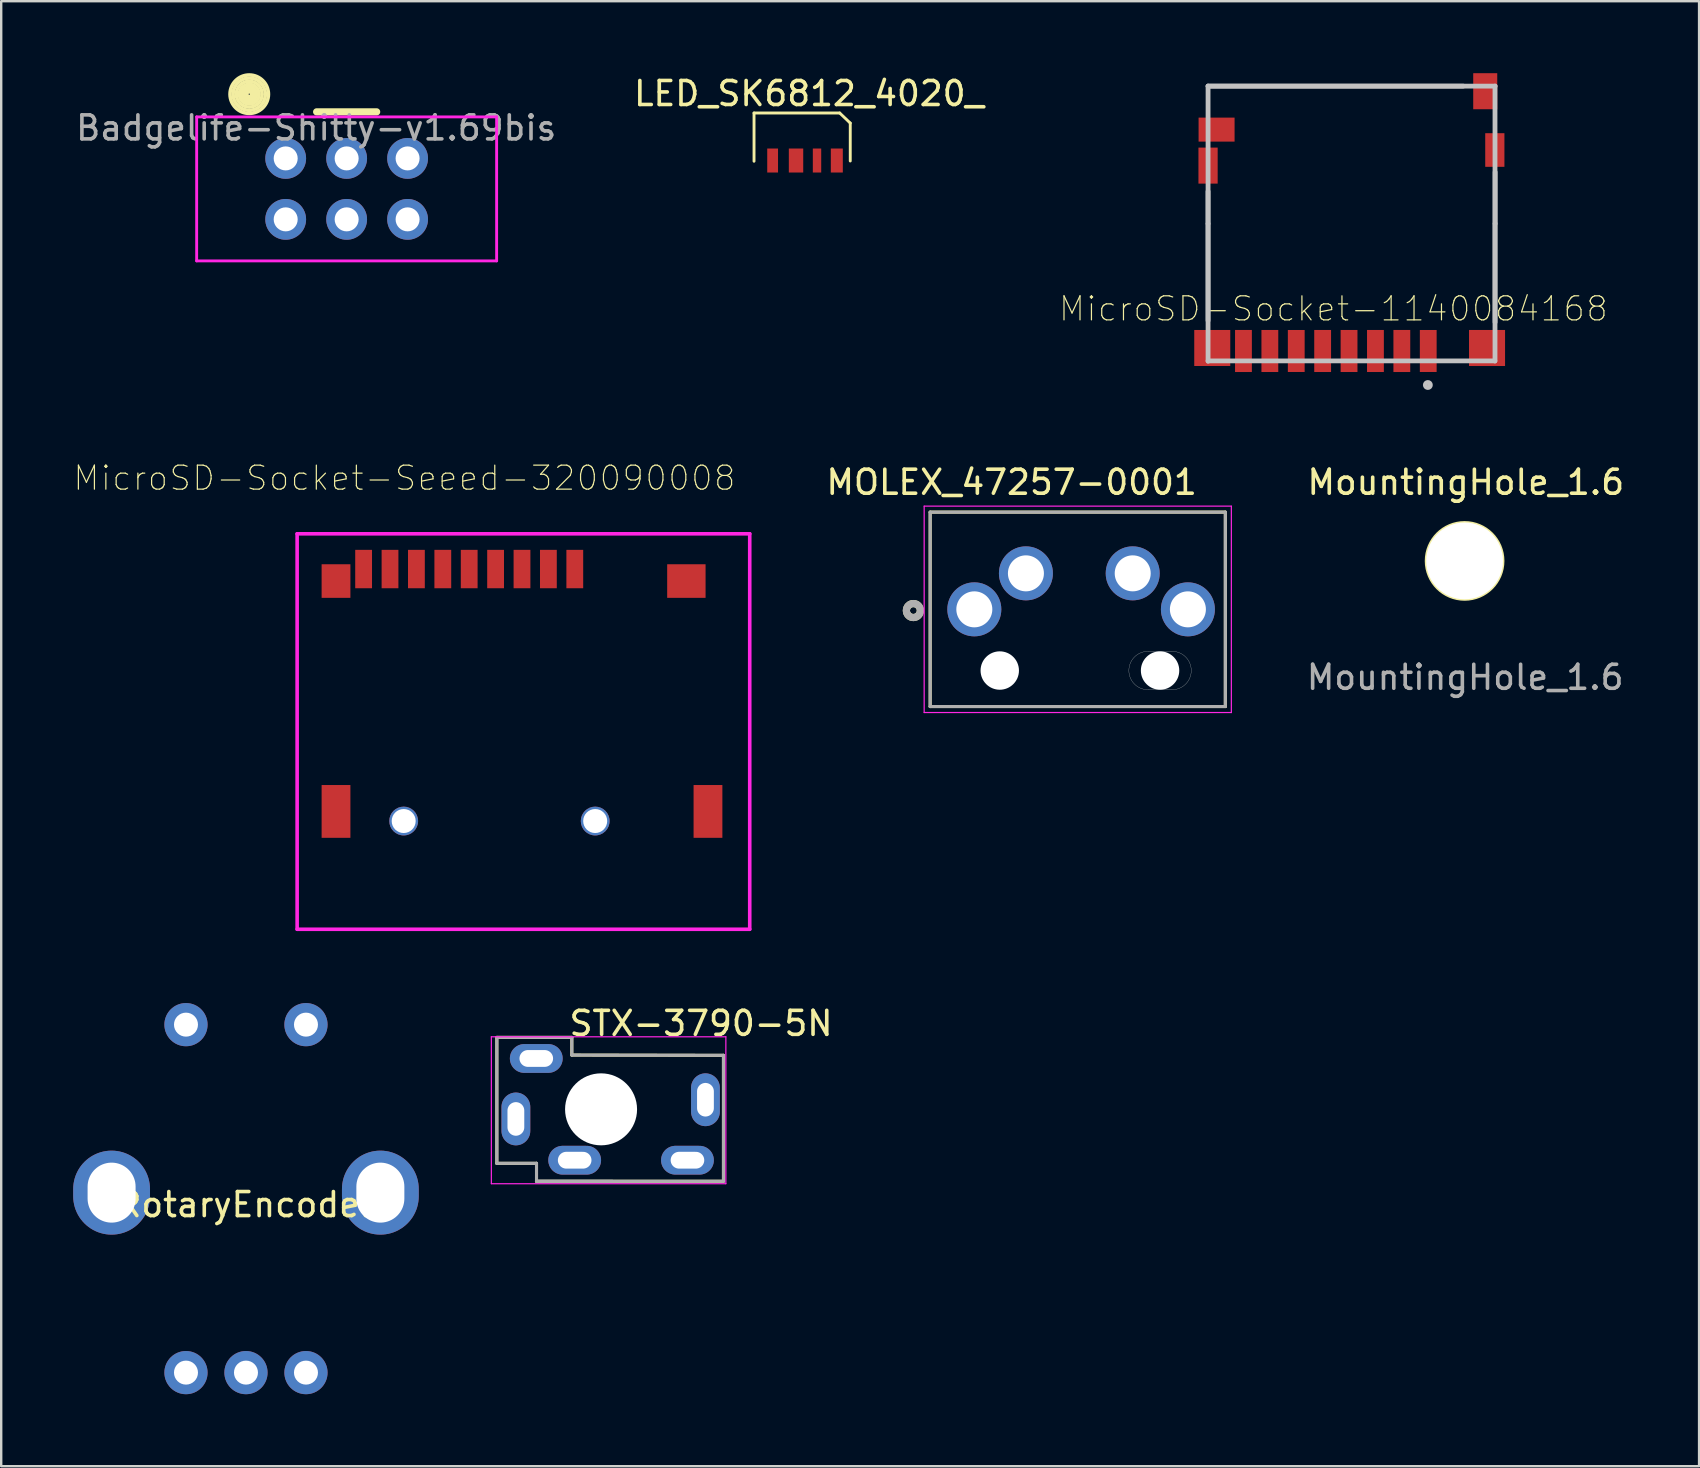
<source format=kicad_pcb>
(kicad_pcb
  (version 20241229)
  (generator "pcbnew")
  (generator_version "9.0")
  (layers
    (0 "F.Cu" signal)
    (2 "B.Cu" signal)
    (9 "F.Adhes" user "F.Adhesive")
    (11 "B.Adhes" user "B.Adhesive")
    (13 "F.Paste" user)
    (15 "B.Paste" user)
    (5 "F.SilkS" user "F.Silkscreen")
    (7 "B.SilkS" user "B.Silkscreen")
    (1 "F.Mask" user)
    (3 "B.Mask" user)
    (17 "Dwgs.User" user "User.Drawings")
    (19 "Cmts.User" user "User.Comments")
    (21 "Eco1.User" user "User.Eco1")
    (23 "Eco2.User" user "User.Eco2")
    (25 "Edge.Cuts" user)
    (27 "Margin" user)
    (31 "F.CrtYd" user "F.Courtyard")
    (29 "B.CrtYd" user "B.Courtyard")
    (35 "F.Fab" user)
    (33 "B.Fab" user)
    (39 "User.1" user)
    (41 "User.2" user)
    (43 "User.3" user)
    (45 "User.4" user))
  (footprint "MountingHole_1.6"
    (layer "F.Cu")
    (at 57.981 20.324)
    (property "Reference" "MountingHole_1.6" (at 0.051 -3.277 0) (unlocked yes) (layer "F.SilkS") (effects (font (size 1 1) (thickness 0.15))))
    (attr smd)
    (fp_circle (center 0 0) (end 1.6 0) (stroke (width 0.12) (type default)) (fill no) (layer "F.SilkS"))
    (fp_text user "${REFERENCE}" (at 0.025 4.851 0) (unlocked yes) (layer "F.Fab") (effects (font (size 1 1) (thickness 0.15))))
    (pad "" np_thru_hole circle (at 0 0) (size 3.2 3.2) (drill 3.2) (layers "*.Cu" "*.Mask")))
  (footprint "RotaryEncoder"
    (layer "F.Cu")
    (at 7.2 46.648)
    (property "Reference" "RotaryEncoder" (at 0 0.5 0) (layer "F.SilkS") (effects (font (size 1 1) (thickness 0.15))))
    (attr through_hole)
    (pad "1" thru_hole oval (at -5.6 0) (size 3.2 3.5) (drill oval 2 2.5) (layers "*.Cu" "*.Mask"))
    (pad "1" thru_hole oval (at 5.6 0) (size 3.2 3.5) (drill oval 2 2.5) (layers "*.Cu" "*.Mask"))
    (pad "A" thru_hole circle (at -2.5 7.5) (size 1.8 1.8) (drill 1) (layers "*.Cu" "*.Mask"))
    (pad "B" thru_hole circle (at 2.5 7.5) (size 1.8 1.8) (drill 1) (layers "*.Cu" "*.Mask"))
    (pad "C" thru_hole circle (at 0 7.5) (size 1.8 1.8) (drill 1) (layers "*.Cu" "*.Mask"))
    (pad "S1" thru_hole circle (at -2.5 -7) (size 1.8 1.8) (drill 1) (layers "*.Cu" "*.Mask"))
    (pad "S2" thru_hole circle (at 2.5 -7) (size 1.8 1.8) (drill 1) (layers "*.Cu" "*.Mask")))
  (footprint "MOLEX_47257-0001"
    (layer "F.Cu")
    (at 37.551 22.342)
    (property "Reference" "MOLEX_47257-0001" (at 1.555 -5.295 0) (layer "F.SilkS") (effects (font (size 1 1) (thickness 0.15))))
    (attr through_hole)
    (fp_line (start -1.84 -4.05) (end -1.84 4.05) (stroke (width 0.127) (type solid)) (layer "F.SilkS"))
    (fp_line (start -1.84 4.05) (end 10.46 4.05) (stroke (width 0.127) (type solid)) (layer "F.SilkS"))
    (fp_line (start 10.46 -4.05) (end -1.84 -4.05) (stroke (width 0.127) (type solid)) (layer "F.SilkS"))
    (fp_line (start 10.46 4.05) (end 10.46 -4.05) (stroke (width 0.127) (type solid)) (layer "F.SilkS"))
    (fp_circle (center -2.54 0.05) (end -2.399 0.05) (stroke (width 0.3) (type solid)) (fill no) (layer "F.SilkS"))
    (fp_circle (center 5.156 -0.864) (end 8.156 -0.864) (stroke (width 0.12) (type default)) (fill no) (layer "Eco1.User"))
    (fp_line (start 7.24 3.35) (end 8.24 3.35) (stroke (width 0.01) (type solid)) (layer "Edge.Cuts"))
    (fp_line (start 8.24 1.75) (end 7.24 1.75) (stroke (width 0.01) (type solid)) (layer "Edge.Cuts"))
    (fp_arc (start 7.24 3.35) (mid 6.44 2.55) (end 7.24 1.75) (stroke (width 0.01) (type solid)) (layer "Edge.Cuts"))
    (fp_arc (start 8.24 1.75) (mid 9.04 2.55) (end 8.24 3.35) (stroke (width 0.01) (type solid)) (layer "Edge.Cuts"))
    (fp_line (start -2.09 -4.3) (end 10.71 -4.3) (stroke (width 0.05) (type solid)) (layer "F.CrtYd"))
    (fp_line (start -2.09 4.3) (end -2.09 -4.3) (stroke (width 0.05) (type solid)) (layer "F.CrtYd"))
    (fp_line (start 10.71 -4.3) (end 10.71 4.3) (stroke (width 0.05) (type solid)) (layer "F.CrtYd"))
    (fp_line (start 10.71 4.3) (end -2.09 4.3) (stroke (width 0.05) (type solid)) (layer "F.CrtYd"))
    (fp_line (start -1.84 -4.05) (end -1.84 4.05) (stroke (width 0.127) (type solid)) (layer "F.Fab"))
    (fp_line (start -1.84 4.05) (end 10.46 4.05) (stroke (width 0.127) (type solid)) (layer "F.Fab"))
    (fp_line (start 10.46 -4.05) (end -1.84 -4.05) (stroke (width 0.127) (type solid)) (layer "F.Fab"))
    (fp_line (start 10.46 4.05) (end 10.46 -4.05) (stroke (width 0.127) (type solid)) (layer "F.Fab"))
    (fp_circle (center -2.54 0.05) (end -2.399 0.05) (stroke (width 0.3) (type solid)) (fill no) (layer "F.Fab"))
    (pad "" np_thru_hole circle (at 1.06 2.55) (size 1.6 1.6) (drill 1.6) (layers "*.Cu" "*.Mask"))
    (pad "" np_thru_hole circle (at 7.74 2.55) (size 1.6 1.6) (drill 1.6) (layers "*.Cu" "*.Mask"))
    (pad "1" thru_hole circle (at 0 0) (size 2.25 2.25) (drill 1.5) (layers "*.Cu" "*.Mask"))
    (pad "2" thru_hole circle (at 8.9 0) (size 2.25 2.25) (drill 1.5) (layers "*.Cu" "*.Mask"))
    (pad "3" thru_hole circle (at 2.15 -1.5) (size 2.25 2.25) (drill 1.5) (layers "*.Cu" "*.Mask"))
    (pad "4" thru_hole circle (at 6.6 -1.5) (size 2.25 2.25) (drill 1.5) (layers "*.Cu" "*.Mask")))
  (footprint "STX-3790-5N"
    (layer "F.Cu")
    (at 21.997 43.177)
    (property "Reference" "STX-3790-5N" (at 4.166 -3.581 0) (layer "F.SilkS") (effects (font (size 1 1) (thickness 0.15))))
    (attr through_hole)
    (fp_line (start -4.343 -2.997) (end -4.343 2.25) (stroke (width 0.127) (type solid)) (layer "F.SilkS"))
    (fp_line (start -2.69 2.25) (end -4.343 2.25) (stroke (width 0.127) (type default)) (layer "F.SilkS"))
    (fp_line (start -2.69 2.25) (end -2.69 2.997) (stroke (width 0.127) (type default)) (layer "F.SilkS"))
    (fp_line (start -1.219 -2.997) (end -4.343 -2.997) (stroke (width 0.127) (type default)) (layer "F.SilkS"))
    (fp_line (start -1.219 -2.261) (end -1.219 -2.997) (stroke (width 0.127) (type default)) (layer "F.SilkS"))
    (fp_line (start 5.1 -2.25) (end -1.219 -2.261) (stroke (width 0.127) (type solid)) (layer "F.SilkS"))
    (fp_line (start 5.1 2.997) (end -2.692 2.997) (stroke (width 0.127) (type default)) (layer "F.SilkS"))
    (fp_line (start 5.1 2.997) (end 5.1 -2.25) (stroke (width 0.127) (type solid)) (layer "F.SilkS"))
    (fp_circle (center 0 0) (end 3 0) (stroke (width 0.12) (type default)) (fill no) (layer "Eco1.User"))
    (fp_line (start -4.572 -3.023) (end 5.2 -3.023) (stroke (width 0.05) (type solid)) (layer "F.CrtYd"))
    (fp_line (start -4.572 3.099) (end -4.572 -3.023) (stroke (width 0.05) (type solid)) (layer "F.CrtYd"))
    (fp_line (start 5.2 -3.023) (end 5.2 3.099) (stroke (width 0.05) (type solid)) (layer "F.CrtYd"))
    (fp_line (start 5.2 3.099) (end -4.572 3.099) (stroke (width 0.05) (type solid)) (layer "F.CrtYd"))
    (fp_line (start -4.343 -2.997) (end -4.343 2.25) (stroke (width 0.127) (type solid)) (layer "F.Fab"))
    (fp_line (start -2.69 2.25) (end -4.343 2.25) (stroke (width 0.127) (type default)) (layer "F.Fab"))
    (fp_line (start -2.69 2.25) (end -2.69 2.997) (stroke (width 0.127) (type default)) (layer "F.Fab"))
    (fp_line (start -1.219 -2.997) (end -4.343 -2.997) (stroke (width 0.127) (type default)) (layer "F.Fab"))
    (fp_line (start -1.219 -2.261) (end -1.219 -2.997) (stroke (width 0.127) (type default)) (layer "F.Fab"))
    (fp_line (start 0.47 2.997) (end -2.692 2.997) (stroke (width 0.127) (type default)) (layer "F.Fab"))
    (fp_line (start 5.1 -2.25) (end -1.219 -2.261) (stroke (width 0.127) (type solid)) (layer "F.Fab"))
    (fp_line (start 5.1 2.997) (end -2.692 2.997) (stroke (width 0.127) (type default)) (layer "F.Fab"))
    (fp_line (start 5.1 2.997) (end 5.1 -2.25) (stroke (width 0.127) (type solid)) (layer "F.Fab"))
    (pad "" np_thru_hole circle (at 0 0) (size 3 3) (drill 3) (layers "*.Cu" "*.Mask"))
    (pad "1" thru_hole oval (at -3.55 0.4) (size 1.2 2.2) (drill oval 0.7 1.4) (layers "*.Cu" "*.Mask"))
    (pad "2" thru_hole oval (at -2.7 -2.12) (size 2.2 1.2) (drill oval 1.4 0.7) (layers "*.Cu" "*.Mask"))
    (pad "3" thru_hole oval (at 3.6 2.12) (size 2.2 1.2) (drill oval 1.4 0.7) (layers "*.Cu" "*.Mask"))
    (pad "4" thru_hole oval (at 4.35 -0.4) (size 1.2 2.2) (drill oval 0.7 1.4) (layers "*.Cu" "*.Mask"))
    (pad "5" thru_hole oval (at -1.1 2.12) (size 2.2 1.2) (drill oval 1.4 0.7) (layers "*.Cu" "*.Mask")))
  (footprint "MicroSD-Socket-1140084168"
    (layer "F.Cu")
    (at 47.291 0.538)
    (property "Reference" "MicroSD-Socket-1140084168" (at 5.222 9.28 0) (layer "F.SilkS") (effects (font (size 1.001 1.001) (thickness 0.05))))
    (attr smd)
    (fp_line (start 0 0) (end 10.631 0) (stroke (width 0.2) (type solid)) (layer "Dwgs.User"))
    (fp_line (start 0 0) (end 11.963 0) (stroke (width 0.2) (type solid)) (layer "Dwgs.User"))
    (fp_line (start 0 5.729) (end 0 4.388) (stroke (width 0.2) (type solid)) (layer "Dwgs.User"))
    (fp_line (start 0 5.735) (end 0 9.771) (stroke (width 0.2) (type solid)) (layer "Dwgs.User"))
    (fp_line (start 0 11.466) (end 0 0) (stroke (width 0.2) (type solid)) (layer "Dwgs.User"))
    (fp_line (start 11.951 11.451) (end 0 11.451) (stroke (width 0.2) (type solid)) (layer "Dwgs.User"))
    (fp_line (start 11.957 0) (end 11.957 11.457) (stroke (width 0.2) (type solid)) (layer "Dwgs.User"))
    (fp_line (start 11.96 5.73) (end 11.96 9.841) (stroke (width 0.2) (type solid)) (layer "Dwgs.User"))
    (fp_line (start 11.963 5.731) (end 11.963 3.583) (stroke (width 0.2) (type solid)) (layer "Dwgs.User"))
    (fp_circle (center 9.159 12.455) (end 9.265 12.455) (stroke (width 0.2) (type solid)) (fill no) (layer "Dwgs.User"))
    (pad "1" smd rect (at 9.175 11.038 90) (size 1.75 0.7) (layers "F.Cu" "F.Mask" "F.Paste"))
    (pad "2" smd rect (at 8.075 11.038 90) (size 1.753 0.701) (layers "F.Cu" "F.Mask" "F.Paste"))
    (pad "3" smd rect (at 6.975 11.038 90) (size 1.752 0.701) (layers "F.Cu" "F.Mask" "F.Paste"))
    (pad "4" smd rect (at 5.875 11.038 90) (size 1.752 0.701) (layers "F.Cu" "F.Mask" "F.Paste"))
    (pad "5" smd rect (at 4.775 11.038 90) (size 1.752 0.701) (layers "F.Cu" "F.Mask" "F.Paste"))
    (pad "6" smd rect (at 3.675 11.038 90) (size 1.75 0.7) (layers "F.Cu" "F.Mask" "F.Paste"))
    (pad "7" smd rect (at 2.575 11.038 90) (size 1.752 0.701) (layers "F.Cu" "F.Mask" "F.Paste"))
    (pad "8" smd rect (at 1.475 11.038 90) (size 1.753 0.701) (layers "F.Cu" "F.Mask" "F.Paste"))
    (pad "9" smd rect (at 0.175 10.913) (size 1.501 1.501) (layers "F.Cu" "F.Mask" "F.Paste"))
    (pad "10" smd rect (at 11.625 10.913) (size 1.502 1.502) (layers "F.Cu" "F.Mask" "F.Paste"))
    (pad "11" smd rect (at 0 3.313 90) (size 1.501 0.801) (layers "F.Cu" "F.Mask" "F.Paste"))
    (pad "12" smd rect (at 11.95 2.663 90) (size 1.401 0.8) (layers "F.Cu" "F.Mask" "F.Paste"))
    (pad "13" smd rect (at 0.355 1.813) (size 1.5 1) (layers "F.Cu" "F.Mask" "F.Paste"))
    (pad "14" smd rect (at 11.55 0.213 90) (size 1.502 1.001) (layers "F.Cu" "F.Mask" "F.Paste")))
  (footprint "Badgelife-Shitty-v1.69bis"
    (layer "F.Cu")
    (at 11.395 4.821)
    (property "Reference" "Badgelife-Shitty-v1.69bis" (at -1.27 -2.54 0) (layer "F.Fab") (effects (font (size 1 1) (thickness 0.15))))
    (attr through_hole)
    (fp_line (start -1.25 -3.21) (end 1.25 -3.21) (stroke (width 0.3) (type solid)) (layer "F.SilkS"))
    (fp_circle (center -4.059 -3.946) (end -3.959 -3.946) (stroke (width 0.15) (type solid)) (fill no) (layer "F.SilkS"))
    (fp_circle (center -4.059 -3.946) (end -3.859 -3.946) (stroke (width 0.15) (type solid)) (fill no) (layer "F.SilkS"))
    (fp_circle (center -4.059 -3.946) (end -3.759 -3.946) (stroke (width 0.15) (type solid)) (fill no) (layer "F.SilkS"))
    (fp_circle (center -4.059 -3.946) (end -3.659 -4.046) (stroke (width 0.15) (type solid)) (fill no) (layer "F.SilkS"))
    (fp_circle (center -4.059 -3.946) (end -3.559 -4.146) (stroke (width 0.15) (type solid)) (fill no) (layer "F.SilkS"))
    (fp_circle (center -4.059 -3.946) (end -3.459 -4.246) (stroke (width 0.15) (type solid)) (fill no) (layer "F.SilkS"))
    (fp_circle (center -4.059 -3.946) (end -3.259 -3.946) (stroke (width 0.15) (type solid)) (fill no) (layer "F.SilkS"))
    (fp_line (start -6.25 -3) (end 6.25 -3) (stroke (width 0.12) (type solid)) (layer "F.CrtYd"))
    (fp_line (start -6.25 3) (end -6.25 -3) (stroke (width 0.12) (type solid)) (layer "F.CrtYd"))
    (fp_line (start -6.25 3) (end 6.25 3) (stroke (width 0.12) (type solid)) (layer "F.CrtYd"))
    (fp_line (start 6.25 3) (end 6.25 -3) (stroke (width 0.12) (type solid)) (layer "F.CrtYd"))
    (pad "1" thru_hole oval (at -2.54 -1.27) (size 1.7 1.7) (drill 1) (layers "*.Cu" "*.Mask"))
    (pad "2" thru_hole oval (at -2.54 1.27) (size 1.7 1.7) (drill 1) (layers "*.Cu" "*.Mask"))
    (pad "3" thru_hole circle (at 0 -1.27) (size 1.7 1.7) (drill 1) (layers "*.Cu" "*.Mask"))
    (pad "4" thru_hole oval (at 0 1.27) (size 1.7 1.7) (drill 1) (layers "*.Cu" "*.Mask"))
    (pad "5" thru_hole circle (at 2.54 -1.27) (size 1.7 1.7) (drill 1) (layers "*.Cu" "*.Mask"))
    (pad "6" thru_hole oval (at 2.54 1.27) (size 1.7 1.7) (drill 1) (layers "*.Cu" "*.Mask")))
  (footprint "LED_SK6812_4020_"
    (layer "F.Cu")
    (at 30.479 3.627)
    (property "Reference" "LED_SK6812_4020_" (at 0.182 -2.778 0) (layer "F.SilkS") (effects (font (size 1 1) (thickness 0.15))))
    (attr through_hole)
    (fp_line (start -2.108 -1.968) (end -2.108 0.042) (stroke (width 0.12) (type solid)) (layer "F.SilkS"))
    (fp_line (start 1.462 -1.968) (end -2.108 -1.968) (stroke (width 0.12) (type solid)) (layer "F.SilkS"))
    (fp_line (start 1.462 -1.968) (end 1.902 -1.548) (stroke (width 0.12) (type solid)) (layer "F.SilkS"))
    (fp_line (start 1.902 0.032) (end 1.902 -1.548) (stroke (width 0.12) (type solid)) (layer "F.SilkS"))
    (pad "1" smd rect (at -1.333 0.012) (size 0.45 1) (layers "F.Cu" "F.Mask" "F.Paste"))
    (pad "2" smd rect (at -0.358 0.012) (size 0.6 1) (layers "F.Cu" "F.Mask" "F.Paste"))
    (pad "3" smd rect (at 0.517 0.012) (size 0.35 1) (layers "F.Cu" "F.Mask" "F.Paste"))
    (pad "4" smd rect (at 1.342 0.012) (size 0.5 1) (layers "F.Cu" "F.Mask" "F.Paste")))
  (footprint "MicroSD-Socket-Seeed-320090008"
    (layer "F.Cu")
    (at 18.702 31.163)
    (property "Reference" "MicroSD-Socket-Seeed-320090008" (at -4.9 -14.29 180) (layer "F.SilkS") (effects (font (size 1.001 1.001) (thickness 0.05))))
    (attr smd)
    (fp_line (start -9.37 -11.97) (end 9.49 -11.97) (stroke (width 0.15) (type solid)) (layer "F.CrtYd"))
    (fp_line (start -9.37 4.51) (end 9.49 4.51) (stroke (width 0.15) (type solid)) (layer "F.CrtYd"))
    (fp_line (start -9.37 -11.97) (end -9.37 4.51) (stroke (width 0.15) (type solid)) (layer "F.CrtYd"))
    (fp_line (start 9.49 -11.97) (end 9.49 4.51) (stroke (width 0.15) (type solid)) (layer "F.CrtYd"))
    (pad "" np_thru_hole circle (at -4.93 0) (size 1.2 1.2) (drill 1) (layers "*.Cu" "*.Mask"))
    (pad "" np_thru_hole circle (at 3.05 0) (size 1.2 1.2) (drill 1) (layers "*.Cu" "*.Mask"))
    (pad "1" smd rect (at 2.2 -10.5) (size 0.7 1.6) (layers "F.Cu" "F.Mask" "F.Paste"))
    (pad "2" smd rect (at 1.1 -10.5) (size 0.7 1.6) (layers "F.Cu" "F.Mask" "F.Paste"))
    (pad "3" smd rect (at 0 -10.5) (size 0.7 1.6) (layers "F.Cu" "F.Mask" "F.Paste"))
    (pad "4" smd rect (at -1.1 -10.5) (size 0.7 1.6) (layers "F.Cu" "F.Mask" "F.Paste"))
    (pad "5" smd rect (at -2.2 -10.5) (size 0.7 1.6) (layers "F.Cu" "F.Mask" "F.Paste"))
    (pad "6" smd rect (at -3.3 -10.5) (size 0.7 1.6) (layers "F.Cu" "F.Mask" "F.Paste"))
    (pad "7" smd rect (at -4.4 -10.5) (size 0.7 1.6) (layers "F.Cu" "F.Mask" "F.Paste"))
    (pad "8" smd rect (at -5.5 -10.5) (size 0.7 1.6) (layers "F.Cu" "F.Mask" "F.Paste"))
    (pad "9" smd rect (at -6.6 -10.5) (size 0.7 1.6) (layers "F.Cu" "F.Mask" "F.Paste"))
    (pad "10" smd rect (at -7.75 -10) (size 1.2 1.4) (layers "F.Cu" "F.Mask" "F.Paste"))
    (pad "10" smd rect (at -7.75 -0.4) (size 1.2 2.2) (layers "F.Cu" "F.Mask" "F.Paste"))
    (pad "10" smd rect (at 6.85 -10) (size 1.6 1.4) (layers "F.Cu" "F.Mask" "F.Paste"))
    (pad "10" smd rect (at 7.75 -0.4) (size 1.2 2.2) (layers "F.Cu" "F.Mask" "F.Paste")))
  (gr_rect
    (start -3 -3)
    (end 67.752 58.048)
    (stroke (width 0.1) (type default))
    (fill no)
    (layer "Edge.Cuts")))
</source>
